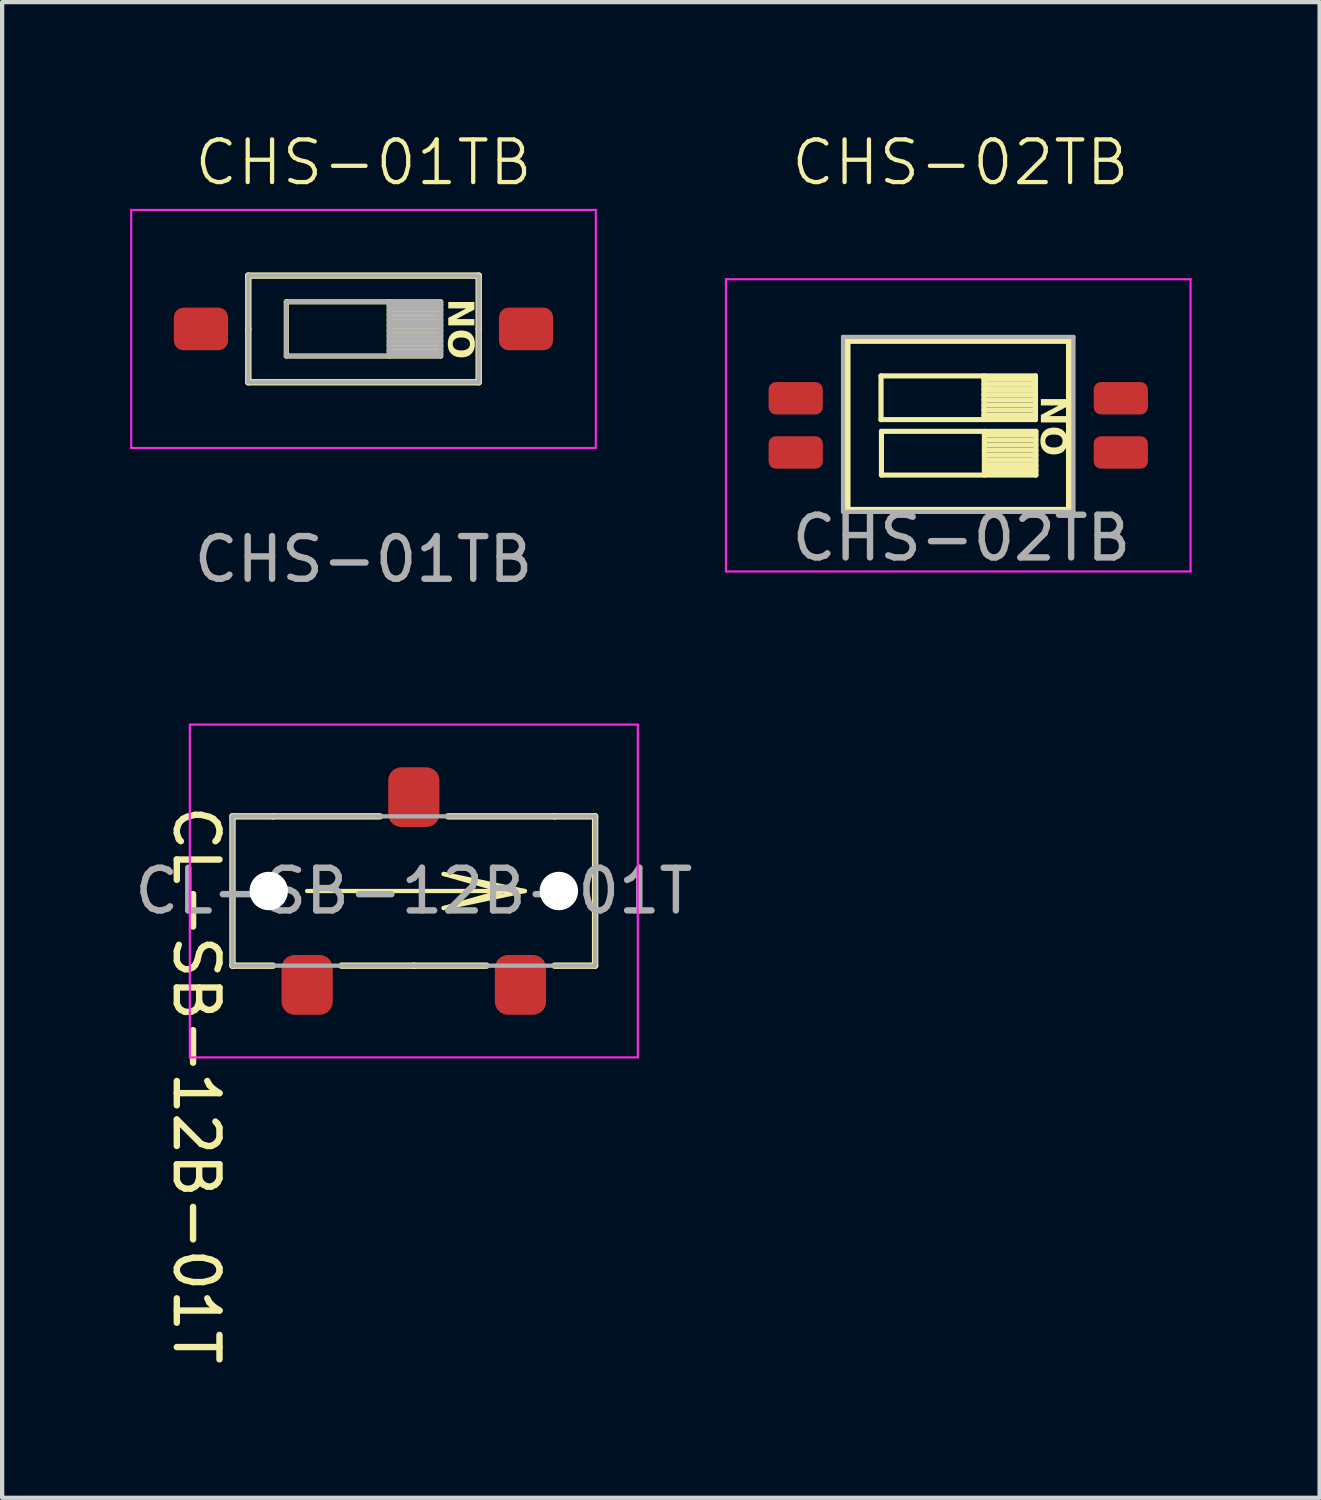
<source format=kicad_pcb>
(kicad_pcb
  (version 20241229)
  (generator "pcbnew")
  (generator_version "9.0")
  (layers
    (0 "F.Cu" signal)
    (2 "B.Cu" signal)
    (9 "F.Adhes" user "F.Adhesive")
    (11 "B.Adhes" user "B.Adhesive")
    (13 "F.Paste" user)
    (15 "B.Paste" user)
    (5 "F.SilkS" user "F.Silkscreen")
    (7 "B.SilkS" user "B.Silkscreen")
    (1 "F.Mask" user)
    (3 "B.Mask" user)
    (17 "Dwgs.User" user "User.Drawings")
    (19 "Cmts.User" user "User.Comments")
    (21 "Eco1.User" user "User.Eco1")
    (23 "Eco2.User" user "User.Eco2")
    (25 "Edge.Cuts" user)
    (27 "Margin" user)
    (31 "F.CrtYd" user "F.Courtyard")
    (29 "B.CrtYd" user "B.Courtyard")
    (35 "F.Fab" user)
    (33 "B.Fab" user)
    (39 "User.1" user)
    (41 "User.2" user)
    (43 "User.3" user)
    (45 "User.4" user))
  (footprint "CHS-01TB"
    (layer "F.Cu")
    (at 5.47 4.66)
    (property "Reference" "CHS-01TB" (at 0 -3.9 0) (unlocked yes) (layer "F.SilkS") (effects (font (size 1 1) (thickness 0.1))))
    (attr smd)
    (fp_line (start -2.7 -1.25) (end -2.7 0) (stroke (width 0.15) (type solid)) (layer "F.SilkS"))
    (fp_line (start -2.7 -1.25) (end 2.7 -1.25) (stroke (width 0.15) (type solid)) (layer "F.SilkS"))
    (fp_line (start -2.7 0) (end -2.7 1.25) (stroke (width 0.15) (type solid)) (layer "F.SilkS"))
    (fp_line (start -2.7 1.25) (end 2.7 1.25) (stroke (width 0.15) (type solid)) (layer "F.SilkS"))
    (fp_line (start -1.81 -0.635) (end -1.81 0.635) (stroke (width 0.12) (type solid)) (layer "F.SilkS"))
    (fp_line (start -1.81 0.635) (end 1.81 0.635) (stroke (width 0.12) (type solid)) (layer "F.SilkS"))
    (fp_line (start 0.603 0.635) (end 0.603 -0.635) (stroke (width 0.12) (type solid)) (layer "F.SilkS"))
    (fp_line (start 1.81 -0.635) (end -1.81 -0.635) (stroke (width 0.12) (type solid)) (layer "F.SilkS"))
    (fp_line (start 1.81 -0.565) (end 0.603 -0.565) (stroke (width 0.12) (type solid)) (layer "F.SilkS"))
    (fp_line (start 1.81 -0.445) (end 0.603 -0.445) (stroke (width 0.12) (type solid)) (layer "F.SilkS"))
    (fp_line (start 1.81 -0.325) (end 0.603 -0.325) (stroke (width 0.12) (type solid)) (layer "F.SilkS"))
    (fp_line (start 1.81 -0.205) (end 0.603 -0.205) (stroke (width 0.12) (type solid)) (layer "F.SilkS"))
    (fp_line (start 1.81 -0.085) (end 0.603 -0.085) (stroke (width 0.12) (type solid)) (layer "F.SilkS"))
    (fp_line (start 1.81 0.035) (end 0.603 0.035) (stroke (width 0.12) (type solid)) (layer "F.SilkS"))
    (fp_line (start 1.81 0.155) (end 0.603 0.155) (stroke (width 0.12) (type solid)) (layer "F.SilkS"))
    (fp_line (start 1.81 0.275) (end 0.603 0.275) (stroke (width 0.12) (type solid)) (layer "F.SilkS"))
    (fp_line (start 1.81 0.395) (end 0.603 0.395) (stroke (width 0.12) (type solid)) (layer "F.SilkS"))
    (fp_line (start 1.81 0.515) (end 0.603 0.515) (stroke (width 0.12) (type solid)) (layer "F.SilkS"))
    (fp_line (start 1.81 0.635) (end 1.81 -0.635) (stroke (width 0.12) (type solid)) (layer "F.SilkS"))
    (fp_line (start 2.7 -1.25) (end 2.7 0) (stroke (width 0.15) (type solid)) (layer "F.SilkS"))
    (fp_line (start 2.7 0) (end 2.7 1.25) (stroke (width 0.15) (type solid)) (layer "F.SilkS"))
    (fp_line (start -5.445 -2.79) (end -5.445 2.79) (stroke (width 0.05) (type solid)) (layer "F.CrtYd"))
    (fp_line (start -5.445 2.79) (end 5.445 2.79) (stroke (width 0.05) (type solid)) (layer "F.CrtYd"))
    (fp_line (start 5.445 -2.79) (end -5.445 -2.79) (stroke (width 0.05) (type solid)) (layer "F.CrtYd"))
    (fp_line (start 5.445 2.79) (end 5.445 -2.79) (stroke (width 0.05) (type solid)) (layer "F.CrtYd"))
    (fp_line (start -2.7 -1.25) (end 2.7 -1.25) (stroke (width 0.1) (type solid)) (layer "F.Fab"))
    (fp_line (start -2.7 1.25) (end -2.7 -1.25) (stroke (width 0.1) (type solid)) (layer "F.Fab"))
    (fp_line (start -1.81 -0.635) (end -1.81 0.635) (stroke (width 0.1) (type solid)) (layer "F.Fab"))
    (fp_line (start -1.81 0.635) (end 1.81 0.635) (stroke (width 0.1) (type solid)) (layer "F.Fab"))
    (fp_line (start 0.603 0.635) (end 0.603 -0.635) (stroke (width 0.1) (type solid)) (layer "F.Fab"))
    (fp_line (start 1.81 -0.635) (end -1.81 -0.635) (stroke (width 0.1) (type solid)) (layer "F.Fab"))
    (fp_line (start 1.81 -0.565) (end 0.603 -0.565) (stroke (width 0.1) (type solid)) (layer "F.Fab"))
    (fp_line (start 1.81 -0.465) (end 0.603 -0.465) (stroke (width 0.1) (type solid)) (layer "F.Fab"))
    (fp_line (start 1.81 -0.365) (end 0.603 -0.365) (stroke (width 0.1) (type solid)) (layer "F.Fab"))
    (fp_line (start 1.81 -0.265) (end 0.603 -0.265) (stroke (width 0.1) (type solid)) (layer "F.Fab"))
    (fp_line (start 1.81 -0.165) (end 0.603 -0.165) (stroke (width 0.1) (type solid)) (layer "F.Fab"))
    (fp_line (start 1.81 -0.065) (end 0.603 -0.065) (stroke (width 0.1) (type solid)) (layer "F.Fab"))
    (fp_line (start 1.81 0.035) (end 0.603 0.035) (stroke (width 0.1) (type solid)) (layer "F.Fab"))
    (fp_line (start 1.81 0.135) (end 0.603 0.135) (stroke (width 0.1) (type solid)) (layer "F.Fab"))
    (fp_line (start 1.81 0.235) (end 0.603 0.235) (stroke (width 0.1) (type solid)) (layer "F.Fab"))
    (fp_line (start 1.81 0.335) (end 0.603 0.335) (stroke (width 0.1) (type solid)) (layer "F.Fab"))
    (fp_line (start 1.81 0.435) (end 0.603 0.435) (stroke (width 0.1) (type solid)) (layer "F.Fab"))
    (fp_line (start 1.81 0.535) (end 0.603 0.535) (stroke (width 0.1) (type solid)) (layer "F.Fab"))
    (fp_line (start 1.81 0.635) (end 1.81 -0.635) (stroke (width 0.1) (type solid)) (layer "F.Fab"))
    (fp_line (start 2.7 -1.2) (end 2.7 1.25) (stroke (width 0.1) (type solid)) (layer "F.Fab"))
    (fp_line (start 2.7 1.25) (end -2.7 1.25) (stroke (width 0.1) (type solid)) (layer "F.Fab"))
    (fp_text user "ON" (at 2.35 0 270) (layer "F.SilkS") (effects (font (face "Ubuntu") (size 0.6 0.6) (thickness 0.15) (bold yes))))
    (fp_text user "${REFERENCE}" (at 0 5.4 0) (unlocked yes) (layer "F.Fab") (effects (font (size 1 1) (thickness 0.15))))
    (pad "1" smd roundrect (at -3.81 0) (size 1.27 1) (layers "F.Cu" "F.Mask" "F.Paste") (roundrect_rratio 0.223))
    (pad "2" smd roundrect (at 3.81 0) (size 1.27 1) (layers "F.Cu" "F.Mask" "F.Paste") (roundrect_rratio 0.227)))
  (footprint "CL-SB-12B-01T"
    (layer "F.Cu")
    (at 6.649 17.834)
    (property "Reference" "CL-SB-12B-01T" (at -5.1 -2.075 270) (unlocked yes) (layer "F.SilkS") (effects (font (size 1 1) (thickness 0.15)) (justify left)))
    (attr smd)
    (fp_line (start -4.25 -1.75) (end -4.25 1.75) (stroke (width 0.15) (type default)) (layer "F.SilkS"))
    (fp_line (start -4.25 -1.75) (end -3.3 -1.75) (stroke (width 0.15) (type default)) (layer "F.SilkS"))
    (fp_line (start -4.25 1.75) (end -3.3 1.75) (stroke (width 0.15) (type default)) (layer "F.SilkS"))
    (fp_line (start -3.3 -1.75) (end -0.795 -1.75) (stroke (width 0.15) (type default)) (layer "F.SilkS"))
    (fp_line (start -2.5 0) (end 2.6 0) (stroke (width 0.1) (type default)) (layer "F.SilkS"))
    (fp_line (start -1.695 1.75) (end 0 1.75) (stroke (width 0.15) (type default)) (layer "F.SilkS"))
    (fp_line (start 0 1.75) (end 1.705 1.75) (stroke (width 0.15) (type default)) (layer "F.SilkS"))
    (fp_line (start 0.7 -0.4) (end 2.1 0) (stroke (width 0.1) (type default)) (layer "F.SilkS"))
    (fp_line (start 0.7 0.4) (end 2.1 0) (stroke (width 0.1) (type default)) (layer "F.SilkS"))
    (fp_line (start 0.805 -1.75) (end 3.3 -1.75) (stroke (width 0.15) (type default)) (layer "F.SilkS"))
    (fp_line (start 2.6 0) (end 0.7 -0.4) (stroke (width 0.1) (type default)) (layer "F.SilkS"))
    (fp_line (start 2.6 0) (end 0.7 0.4) (stroke (width 0.1) (type default)) (layer "F.SilkS"))
    (fp_line (start 3.3 -1.75) (end 4.25 -1.75) (stroke (width 0.15) (type default)) (layer "F.SilkS"))
    (fp_line (start 3.3 1.75) (end 4.25 1.75) (stroke (width 0.15) (type default)) (layer "F.SilkS"))
    (fp_line (start 4.25 -1.75) (end 4.25 1.75) (stroke (width 0.15) (type default)) (layer "F.SilkS"))
    (fp_line (start -5.25 -3.9) (end -5.25 3.9) (stroke (width 0.05) (type default)) (layer "F.CrtYd"))
    (fp_line (start -5.25 -3.9) (end 5.25 -3.9) (stroke (width 0.05) (type default)) (layer "F.CrtYd"))
    (fp_line (start -5.25 3.9) (end 5.25 3.9) (stroke (width 0.05) (type default)) (layer "F.CrtYd"))
    (fp_line (start 5.25 -3.9) (end 5.25 3.9) (stroke (width 0.05) (type default)) (layer "F.CrtYd"))
    (fp_line (start -4.25 -1.75) (end 4.25 -1.75) (stroke (width 0.1) (type default)) (layer "F.Fab"))
    (fp_line (start -4.25 1.75) (end -4.25 -1.75) (stroke (width 0.1) (type default)) (layer "F.Fab"))
    (fp_line (start 4.25 -1.75) (end 4.25 1.75) (stroke (width 0.1) (type default)) (layer "F.Fab"))
    (fp_line (start 4.25 1.75) (end -4.25 1.75) (stroke (width 0.1) (type default)) (layer "F.Fab"))
    (fp_text user "${REFERENCE}" (at 0 0 0) (unlocked yes) (layer "F.Fab") (effects (font (size 1 1) (thickness 0.15))))
    (pad "" np_thru_hole circle (at -3.4 0) (size 0.9 0.9) (drill 0.9) (layers "*.Cu" "*.Mask"))
    (pad "" np_thru_hole circle (at 3.4 0) (size 0.9 0.9) (drill 0.9) (layers "*.Cu" "*.Mask"))
    (pad "1" smd roundrect (at -2.5 2.2) (size 1.2 1.4) (layers "F.Cu" "F.Mask" "F.Paste") (roundrect_rratio 0.25))
    (pad "2" smd roundrect (at 0 -2.2) (size 1.2 1.4) (layers "F.Cu" "F.Mask" "F.Paste") (roundrect_rratio 0.25))
    (pad "3" smd roundrect (at 2.5 2.2) (size 1.2 1.4) (layers "F.Cu" "F.Mask" "F.Paste") (roundrect_rratio 0.25)))
  (footprint "CHS-02TB"
    (layer "F.Cu")
    (at 19.41 6.92)
    (property "Reference" "CHS-02TB" (at 0.05 -6.16 0) (unlocked yes) (layer "F.SilkS") (effects (font (size 1 1) (thickness 0.1))))
    (attr smd)
    (fp_line (start -2.6 -1.985) (end -2.6 1.985) (stroke (width 0.15) (type solid)) (layer "F.SilkS"))
    (fp_line (start -2.6 -1.985) (end 2.6 -1.985) (stroke (width 0.15) (type solid)) (layer "F.SilkS"))
    (fp_line (start -2.6 1.985) (end 2.6 1.985) (stroke (width 0.15) (type solid)) (layer "F.SilkS"))
    (fp_line (start -1.81 -1.16) (end -1.81 -0.135) (stroke (width 0.12) (type solid)) (layer "F.SilkS"))
    (fp_line (start -1.81 -0.135) (end 1.81 -0.135) (stroke (width 0.12) (type solid)) (layer "F.SilkS"))
    (fp_line (start -1.8 0.14) (end -1.8 1.165) (stroke (width 0.12) (type solid)) (layer "F.SilkS"))
    (fp_line (start -1.8 1.165) (end 1.82 1.165) (stroke (width 0.12) (type solid)) (layer "F.SilkS"))
    (fp_line (start 0.603 -0.135) (end 0.603 -1.16) (stroke (width 0.12) (type solid)) (layer "F.SilkS"))
    (fp_line (start 0.613 1.165) (end 0.613 0.14) (stroke (width 0.12) (type solid)) (layer "F.SilkS"))
    (fp_line (start 1.81 -1.16) (end -1.81 -1.16) (stroke (width 0.12) (type solid)) (layer "F.SilkS"))
    (fp_line (start 1.81 -1.08) (end 0.603 -1.08) (stroke (width 0.12) (type solid)) (layer "F.SilkS"))
    (fp_line (start 1.81 -0.96) (end 0.603 -0.96) (stroke (width 0.12) (type solid)) (layer "F.SilkS"))
    (fp_line (start 1.81 -0.84) (end 0.603 -0.84) (stroke (width 0.12) (type solid)) (layer "F.SilkS"))
    (fp_line (start 1.81 -0.72) (end 0.603 -0.72) (stroke (width 0.12) (type solid)) (layer "F.SilkS"))
    (fp_line (start 1.81 -0.6) (end 0.603 -0.6) (stroke (width 0.12) (type solid)) (layer "F.SilkS"))
    (fp_line (start 1.81 -0.48) (end 0.603 -0.48) (stroke (width 0.12) (type solid)) (layer "F.SilkS"))
    (fp_line (start 1.81 -0.36) (end 0.603 -0.36) (stroke (width 0.12) (type solid)) (layer "F.SilkS"))
    (fp_line (start 1.81 -0.24) (end 0.603 -0.24) (stroke (width 0.12) (type solid)) (layer "F.SilkS"))
    (fp_line (start 1.81 -0.135) (end 1.81 -1.16) (stroke (width 0.12) (type solid)) (layer "F.SilkS"))
    (fp_line (start 1.82 0.14) (end -1.8 0.14) (stroke (width 0.12) (type solid)) (layer "F.SilkS"))
    (fp_line (start 1.82 0.22) (end 0.613 0.22) (stroke (width 0.12) (type solid)) (layer "F.SilkS"))
    (fp_line (start 1.82 0.34) (end 0.613 0.34) (stroke (width 0.12) (type solid)) (layer "F.SilkS"))
    (fp_line (start 1.82 0.46) (end 0.613 0.46) (stroke (width 0.12) (type solid)) (layer "F.SilkS"))
    (fp_line (start 1.82 0.58) (end 0.613 0.58) (stroke (width 0.12) (type solid)) (layer "F.SilkS"))
    (fp_line (start 1.82 0.7) (end 0.613 0.7) (stroke (width 0.12) (type solid)) (layer "F.SilkS"))
    (fp_line (start 1.82 0.82) (end 0.613 0.82) (stroke (width 0.12) (type solid)) (layer "F.SilkS"))
    (fp_line (start 1.82 0.94) (end 0.613 0.94) (stroke (width 0.12) (type solid)) (layer "F.SilkS"))
    (fp_line (start 1.82 1.06) (end 0.613 1.06) (stroke (width 0.12) (type solid)) (layer "F.SilkS"))
    (fp_line (start 1.82 1.165) (end 1.82 0.14) (stroke (width 0.12) (type solid)) (layer "F.SilkS"))
    (fp_line (start 2.6 -1.985) (end 2.6 1.985) (stroke (width 0.15) (type solid)) (layer "F.SilkS"))
    (fp_line (start -5.445 -3.425) (end -5.445 3.425) (stroke (width 0.05) (type solid)) (layer "F.CrtYd"))
    (fp_line (start -5.445 3.425) (end 5.445 3.425) (stroke (width 0.05) (type solid)) (layer "F.CrtYd"))
    (fp_line (start 5.445 -3.425) (end -5.445 -3.425) (stroke (width 0.05) (type solid)) (layer "F.CrtYd"))
    (fp_line (start 5.445 3.425) (end 5.445 -3.425) (stroke (width 0.05) (type solid)) (layer "F.CrtYd"))
    (fp_line (start -2.7 -2.072) (end 2.7 -2.072) (stroke (width 0.1) (type default)) (layer "F.Fab"))
    (fp_line (start -2.7 2.027) (end -2.7 -2.072) (stroke (width 0.1) (type solid)) (layer "F.Fab"))
    (fp_line (start -2.7 2.027) (end 2.7 2.027) (stroke (width 0.1) (type default)) (layer "F.Fab"))
    (fp_line (start 2.7 -2.072) (end 2.7 2.027) (stroke (width 0.1) (type solid)) (layer "F.Fab"))
    (fp_text user "ON" (at 2.3 0.015 270) (layer "F.SilkS") (effects (font (face "Ubuntu") (size 0.6 0.6) (thickness 0.15) (bold yes))))
    (fp_text user "${REFERENCE}" (at 0.075 2.64 0) (unlocked yes) (layer "F.Fab") (effects (font (size 1 1) (thickness 0.15))))
    (pad "1" smd roundrect (at -3.81 -0.635) (size 1.27 0.76) (layers "F.Cu" "F.Mask" "F.Paste") (roundrect_rratio 0.223))
    (pad "2" smd roundrect (at 3.81 -0.635) (size 1.27 0.76) (layers "F.Cu" "F.Mask" "F.Paste") (roundrect_rratio 0.223))
    (pad "3" smd roundrect (at -3.81 0.635) (size 1.27 0.76) (layers "F.Cu" "F.Mask" "F.Paste") (roundrect_rratio 0.223))
    (pad "4" smd roundrect (at 3.81 0.635) (size 1.27 0.76) (layers "F.Cu" "F.Mask" "F.Paste") (roundrect_rratio 0.223)))
  (gr_rect
    (start -3 -3)
    (end 27.88 32.056)
    (stroke (width 0.1) (type default))
    (fill no)
    (layer "Edge.Cuts")))
</source>
